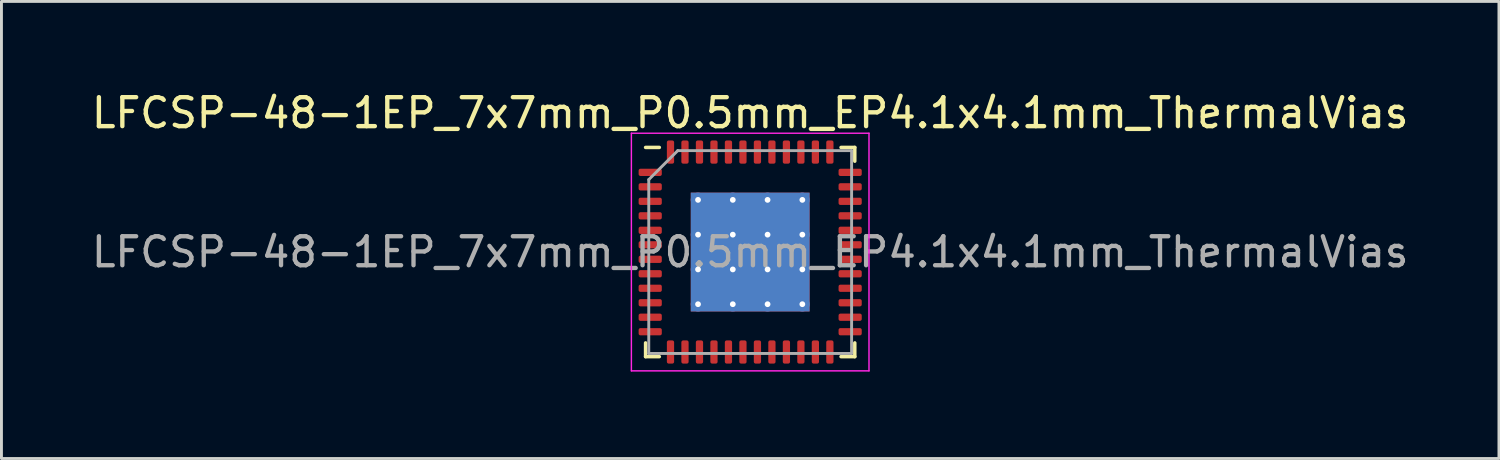
<source format=kicad_pcb>
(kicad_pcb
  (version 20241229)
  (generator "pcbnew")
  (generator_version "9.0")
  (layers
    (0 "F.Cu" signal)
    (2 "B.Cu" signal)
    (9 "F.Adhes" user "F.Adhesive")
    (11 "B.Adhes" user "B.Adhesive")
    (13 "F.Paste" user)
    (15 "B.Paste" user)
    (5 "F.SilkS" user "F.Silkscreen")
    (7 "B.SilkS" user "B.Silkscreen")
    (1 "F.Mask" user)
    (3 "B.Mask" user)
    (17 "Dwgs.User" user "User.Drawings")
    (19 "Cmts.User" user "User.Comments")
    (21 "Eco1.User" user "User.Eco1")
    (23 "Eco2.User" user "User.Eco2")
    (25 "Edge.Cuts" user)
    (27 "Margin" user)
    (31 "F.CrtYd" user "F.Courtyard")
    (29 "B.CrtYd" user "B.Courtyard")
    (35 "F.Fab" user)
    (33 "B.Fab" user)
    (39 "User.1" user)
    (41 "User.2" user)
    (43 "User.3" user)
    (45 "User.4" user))
  (footprint "LFCSP-48-1EP_7x7mm_P0.5mm_EP4.1x4.1mm_ThermalVias"
    (layer "F.Cu")
    (at 22.839 5.648)
    (property "Reference" "LFCSP-48-1EP_7x7mm_P0.5mm_EP4.1x4.1mm_ThermalVias" (at 0 -4.8 0) (layer "F.SilkS") (effects (font (size 1 1) (thickness 0.15))))
    (attr smd)
    (fp_line (start -3.61 3.61) (end -3.61 3.135) (stroke (width 0.12) (type solid)) (layer "F.SilkS"))
    (fp_line (start -3.135 -3.61) (end -3.61 -3.61) (stroke (width 0.12) (type solid)) (layer "F.SilkS"))
    (fp_line (start -3.135 3.61) (end -3.61 3.61) (stroke (width 0.12) (type solid)) (layer "F.SilkS"))
    (fp_line (start 3.135 -3.61) (end 3.61 -3.61) (stroke (width 0.12) (type solid)) (layer "F.SilkS"))
    (fp_line (start 3.135 3.61) (end 3.61 3.61) (stroke (width 0.12) (type solid)) (layer "F.SilkS"))
    (fp_line (start 3.61 -3.61) (end 3.61 -3.135) (stroke (width 0.12) (type solid)) (layer "F.SilkS"))
    (fp_line (start 3.61 3.61) (end 3.61 3.135) (stroke (width 0.12) (type solid)) (layer "F.SilkS"))
    (fp_line (start -4.1 -4.1) (end -4.1 4.1) (stroke (width 0.05) (type solid)) (layer "F.CrtYd"))
    (fp_line (start -4.1 4.1) (end 4.1 4.1) (stroke (width 0.05) (type solid)) (layer "F.CrtYd"))
    (fp_line (start 4.1 -4.1) (end -4.1 -4.1) (stroke (width 0.05) (type solid)) (layer "F.CrtYd"))
    (fp_line (start 4.1 4.1) (end 4.1 -4.1) (stroke (width 0.05) (type solid)) (layer "F.CrtYd"))
    (fp_line (start -3.5 -2.5) (end -2.5 -3.5) (stroke (width 0.1) (type solid)) (layer "F.Fab"))
    (fp_line (start -3.5 3.5) (end -3.5 -2.5) (stroke (width 0.1) (type solid)) (layer "F.Fab"))
    (fp_line (start -2.5 -3.5) (end 3.5 -3.5) (stroke (width 0.1) (type solid)) (layer "F.Fab"))
    (fp_line (start 3.5 -3.5) (end 3.5 3.5) (stroke (width 0.1) (type solid)) (layer "F.Fab"))
    (fp_line (start 3.5 3.5) (end -3.5 3.5) (stroke (width 0.1) (type solid)) (layer "F.Fab"))
    (fp_text user "${REFERENCE}" (at 0 0 0) (layer "F.Fab") (effects (font (size 1 1) (thickness 0.15))))
    (pad "" smd roundrect (at -1.37 -1.37) (size 1.14 1.14) (layers "F.Paste") (roundrect_rratio 0.219))
    (pad "" smd roundrect (at -1.37 0) (size 1.14 1.14) (layers "F.Paste") (roundrect_rratio 0.219))
    (pad "" smd roundrect (at -1.37 1.37) (size 1.14 1.14) (layers "F.Paste") (roundrect_rratio 0.219))
    (pad "" smd roundrect (at 0 -1.37) (size 1.14 1.14) (layers "F.Paste") (roundrect_rratio 0.219))
    (pad "" smd roundrect (at 0 0) (size 1.14 1.14) (layers "F.Paste") (roundrect_rratio 0.219))
    (pad "" smd roundrect (at 0 1.37) (size 1.14 1.14) (layers "F.Paste") (roundrect_rratio 0.219))
    (pad "" smd roundrect (at 1.37 -1.37) (size 1.14 1.14) (layers "F.Paste") (roundrect_rratio 0.219))
    (pad "" smd roundrect (at 1.37 0) (size 1.14 1.14) (layers "F.Paste") (roundrect_rratio 0.219))
    (pad "" smd roundrect (at 1.37 1.37) (size 1.14 1.14) (layers "F.Paste") (roundrect_rratio 0.219))
    (pad "1" smd roundrect (at -3.45 -2.75) (size 0.8 0.25) (layers "F.Cu" "F.Mask" "F.Paste") (roundrect_rratio 0.25))
    (pad "2" smd roundrect (at -3.45 -2.25) (size 0.8 0.25) (layers "F.Cu" "F.Mask" "F.Paste") (roundrect_rratio 0.25))
    (pad "3" smd roundrect (at -3.45 -1.75) (size 0.8 0.25) (layers "F.Cu" "F.Mask" "F.Paste") (roundrect_rratio 0.25))
    (pad "4" smd roundrect (at -3.45 -1.25) (size 0.8 0.25) (layers "F.Cu" "F.Mask" "F.Paste") (roundrect_rratio 0.25))
    (pad "5" smd roundrect (at -3.45 -0.75) (size 0.8 0.25) (layers "F.Cu" "F.Mask" "F.Paste") (roundrect_rratio 0.25))
    (pad "6" smd roundrect (at -3.45 -0.25) (size 0.8 0.25) (layers "F.Cu" "F.Mask" "F.Paste") (roundrect_rratio 0.25))
    (pad "7" smd roundrect (at -3.45 0.25) (size 0.8 0.25) (layers "F.Cu" "F.Mask" "F.Paste") (roundrect_rratio 0.25))
    (pad "8" smd roundrect (at -3.45 0.75) (size 0.8 0.25) (layers "F.Cu" "F.Mask" "F.Paste") (roundrect_rratio 0.25))
    (pad "9" smd roundrect (at -3.45 1.25) (size 0.8 0.25) (layers "F.Cu" "F.Mask" "F.Paste") (roundrect_rratio 0.25))
    (pad "10" smd roundrect (at -3.45 1.75) (size 0.8 0.25) (layers "F.Cu" "F.Mask" "F.Paste") (roundrect_rratio 0.25))
    (pad "11" smd roundrect (at -3.45 2.25) (size 0.8 0.25) (layers "F.Cu" "F.Mask" "F.Paste") (roundrect_rratio 0.25))
    (pad "12" smd roundrect (at -3.45 2.75) (size 0.8 0.25) (layers "F.Cu" "F.Mask" "F.Paste") (roundrect_rratio 0.25))
    (pad "13" smd roundrect (at -2.75 3.45) (size 0.25 0.8) (layers "F.Cu" "F.Mask" "F.Paste") (roundrect_rratio 0.25))
    (pad "14" smd roundrect (at -2.25 3.45) (size 0.25 0.8) (layers "F.Cu" "F.Mask" "F.Paste") (roundrect_rratio 0.25))
    (pad "15" smd roundrect (at -1.75 3.45) (size 0.25 0.8) (layers "F.Cu" "F.Mask" "F.Paste") (roundrect_rratio 0.25))
    (pad "16" smd roundrect (at -1.25 3.45) (size 0.25 0.8) (layers "F.Cu" "F.Mask" "F.Paste") (roundrect_rratio 0.25))
    (pad "17" smd roundrect (at -0.75 3.45) (size 0.25 0.8) (layers "F.Cu" "F.Mask" "F.Paste") (roundrect_rratio 0.25))
    (pad "18" smd roundrect (at -0.25 3.45) (size 0.25 0.8) (layers "F.Cu" "F.Mask" "F.Paste") (roundrect_rratio 0.25))
    (pad "19" smd roundrect (at 0.25 3.45) (size 0.25 0.8) (layers "F.Cu" "F.Mask" "F.Paste") (roundrect_rratio 0.25))
    (pad "20" smd roundrect (at 0.75 3.45) (size 0.25 0.8) (layers "F.Cu" "F.Mask" "F.Paste") (roundrect_rratio 0.25))
    (pad "21" smd roundrect (at 1.25 3.45) (size 0.25 0.8) (layers "F.Cu" "F.Mask" "F.Paste") (roundrect_rratio 0.25))
    (pad "22" smd roundrect (at 1.75 3.45) (size 0.25 0.8) (layers "F.Cu" "F.Mask" "F.Paste") (roundrect_rratio 0.25))
    (pad "23" smd roundrect (at 2.25 3.45) (size 0.25 0.8) (layers "F.Cu" "F.Mask" "F.Paste") (roundrect_rratio 0.25))
    (pad "24" smd roundrect (at 2.75 3.45) (size 0.25 0.8) (layers "F.Cu" "F.Mask" "F.Paste") (roundrect_rratio 0.25))
    (pad "25" smd roundrect (at 3.45 2.75) (size 0.8 0.25) (layers "F.Cu" "F.Mask" "F.Paste") (roundrect_rratio 0.25))
    (pad "26" smd roundrect (at 3.45 2.25) (size 0.8 0.25) (layers "F.Cu" "F.Mask" "F.Paste") (roundrect_rratio 0.25))
    (pad "27" smd roundrect (at 3.45 1.75) (size 0.8 0.25) (layers "F.Cu" "F.Mask" "F.Paste") (roundrect_rratio 0.25))
    (pad "28" smd roundrect (at 3.45 1.25) (size 0.8 0.25) (layers "F.Cu" "F.Mask" "F.Paste") (roundrect_rratio 0.25))
    (pad "29" smd roundrect (at 3.45 0.75) (size 0.8 0.25) (layers "F.Cu" "F.Mask" "F.Paste") (roundrect_rratio 0.25))
    (pad "30" smd roundrect (at 3.45 0.25) (size 0.8 0.25) (layers "F.Cu" "F.Mask" "F.Paste") (roundrect_rratio 0.25))
    (pad "31" smd roundrect (at 3.45 -0.25) (size 0.8 0.25) (layers "F.Cu" "F.Mask" "F.Paste") (roundrect_rratio 0.25))
    (pad "32" smd roundrect (at 3.45 -0.75) (size 0.8 0.25) (layers "F.Cu" "F.Mask" "F.Paste") (roundrect_rratio 0.25))
    (pad "33" smd roundrect (at 3.45 -1.25) (size 0.8 0.25) (layers "F.Cu" "F.Mask" "F.Paste") (roundrect_rratio 0.25))
    (pad "34" smd roundrect (at 3.45 -1.75) (size 0.8 0.25) (layers "F.Cu" "F.Mask" "F.Paste") (roundrect_rratio 0.25))
    (pad "35" smd roundrect (at 3.45 -2.25) (size 0.8 0.25) (layers "F.Cu" "F.Mask" "F.Paste") (roundrect_rratio 0.25))
    (pad "36" smd roundrect (at 3.45 -2.75) (size 0.8 0.25) (layers "F.Cu" "F.Mask" "F.Paste") (roundrect_rratio 0.25))
    (pad "37" smd roundrect (at 2.75 -3.45) (size 0.25 0.8) (layers "F.Cu" "F.Mask" "F.Paste") (roundrect_rratio 0.25))
    (pad "38" smd roundrect (at 2.25 -3.45) (size 0.25 0.8) (layers "F.Cu" "F.Mask" "F.Paste") (roundrect_rratio 0.25))
    (pad "39" smd roundrect (at 1.75 -3.45) (size 0.25 0.8) (layers "F.Cu" "F.Mask" "F.Paste") (roundrect_rratio 0.25))
    (pad "40" smd roundrect (at 1.25 -3.45) (size 0.25 0.8) (layers "F.Cu" "F.Mask" "F.Paste") (roundrect_rratio 0.25))
    (pad "41" smd roundrect (at 0.75 -3.45) (size 0.25 0.8) (layers "F.Cu" "F.Mask" "F.Paste") (roundrect_rratio 0.25))
    (pad "42" smd roundrect (at 0.25 -3.45) (size 0.25 0.8) (layers "F.Cu" "F.Mask" "F.Paste") (roundrect_rratio 0.25))
    (pad "43" smd roundrect (at -0.25 -3.45) (size 0.25 0.8) (layers "F.Cu" "F.Mask" "F.Paste") (roundrect_rratio 0.25))
    (pad "44" smd roundrect (at -0.75 -3.45) (size 0.25 0.8) (layers "F.Cu" "F.Mask" "F.Paste") (roundrect_rratio 0.25))
    (pad "45" smd roundrect (at -1.25 -3.45) (size 0.25 0.8) (layers "F.Cu" "F.Mask" "F.Paste") (roundrect_rratio 0.25))
    (pad "46" smd roundrect (at -1.75 -3.45) (size 0.25 0.8) (layers "F.Cu" "F.Mask" "F.Paste") (roundrect_rratio 0.25))
    (pad "47" smd roundrect (at -2.25 -3.45) (size 0.25 0.8) (layers "F.Cu" "F.Mask" "F.Paste") (roundrect_rratio 0.25))
    (pad "48" smd roundrect (at -2.75 -3.45) (size 0.25 0.8) (layers "F.Cu" "F.Mask" "F.Paste") (roundrect_rratio 0.25))
    (pad "49" thru_hole circle (at -1.8 -1.8) (size 0.5 0.5) (drill 0.2) (layers "*.Cu"))
    (pad "49" thru_hole circle (at -1.8 -0.6) (size 0.5 0.5) (drill 0.2) (layers "*.Cu"))
    (pad "49" thru_hole circle (at -1.8 0.6) (size 0.5 0.5) (drill 0.2) (layers "*.Cu"))
    (pad "49" thru_hole circle (at -1.8 1.8) (size 0.5 0.5) (drill 0.2) (layers "*.Cu"))
    (pad "49" thru_hole circle (at -0.6 -1.8) (size 0.5 0.5) (drill 0.2) (layers "*.Cu"))
    (pad "49" thru_hole circle (at -0.6 -0.6) (size 0.5 0.5) (drill 0.2) (layers "*.Cu"))
    (pad "49" thru_hole circle (at -0.6 0.6) (size 0.5 0.5) (drill 0.2) (layers "*.Cu"))
    (pad "49" thru_hole circle (at -0.6 1.8) (size 0.5 0.5) (drill 0.2) (layers "*.Cu"))
    (pad "49" smd rect (at 0 0) (size 4.1 4.1) (layers "F.Cu" "F.Mask"))
    (pad "49" smd rect (at 0 0) (size 4.1 4.1) (layers "B.Cu"))
    (pad "49" thru_hole circle (at 0.6 -1.8) (size 0.5 0.5) (drill 0.2) (layers "*.Cu"))
    (pad "49" thru_hole circle (at 0.6 -0.6) (size 0.5 0.5) (drill 0.2) (layers "*.Cu"))
    (pad "49" thru_hole circle (at 0.6 0.6) (size 0.5 0.5) (drill 0.2) (layers "*.Cu"))
    (pad "49" thru_hole circle (at 0.6 1.8) (size 0.5 0.5) (drill 0.2) (layers "*.Cu"))
    (pad "49" thru_hole circle (at 1.8 -1.8) (size 0.5 0.5) (drill 0.2) (layers "*.Cu"))
    (pad "49" thru_hole circle (at 1.8 -0.6) (size 0.5 0.5) (drill 0.2) (layers "*.Cu"))
    (pad "49" thru_hole circle (at 1.8 0.6) (size 0.5 0.5) (drill 0.2) (layers "*.Cu"))
    (pad "49" thru_hole circle (at 1.8 1.8) (size 0.5 0.5) (drill 0.2) (layers "*.Cu")))
  (gr_rect
    (start -3 -3)
    (end 48.679 12.773)
    (stroke (width 0.1) (type default))
    (fill no)
    (layer "Edge.Cuts")))
</source>
